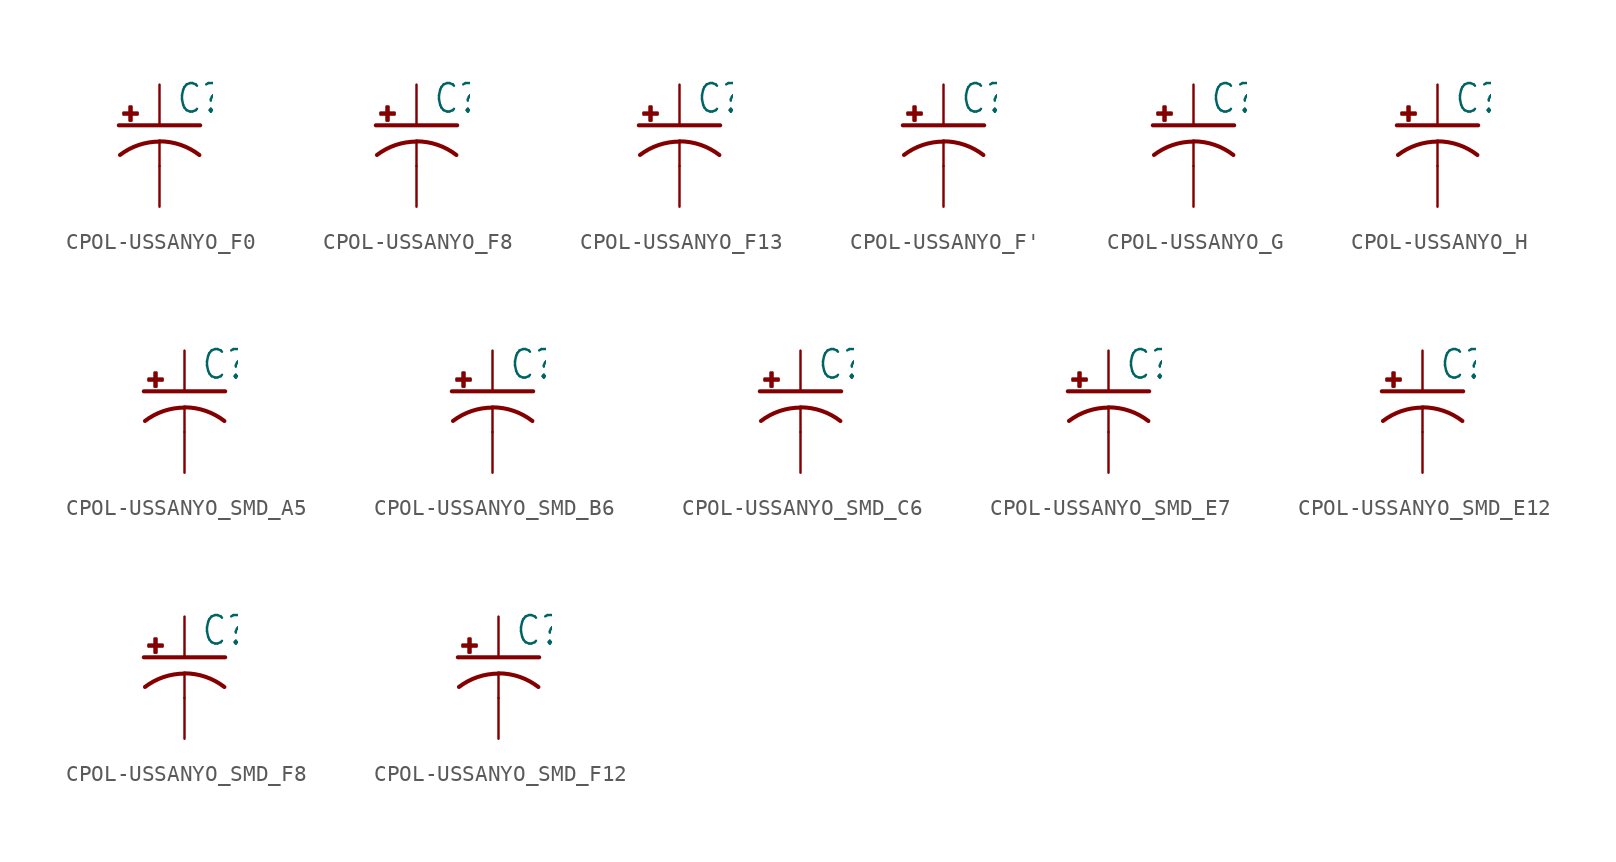
<source format=kicad_sym>
(kicad_symbol_lib
  (version 20231120)
  (generator "kicad_symbol_editor")
  (generator_version "8.0")
  (symbol "CPOL-USSANYO_F0"
    (property "Reference" "C"
      (at 1.016 0.635 0)
      (effects (font (size 1.778 1.511)) (justify left bottom)))
    (property "Value" ""
      (at 1.016 -4.191 0)
      (effects (font (size 1.778 1.511)) (justify left bottom)))
    (property "ki_locked" ""
      (at 0 0 0)
      (effects (font (size 1.27 1.27))))
    (symbol "CPOL-USSANYO_F0_1_0"
      (rectangle (start -2.253 0.668) (end -1.364 0.795) (stroke (width 0) (type default)) (fill (type outline)))
      (rectangle (start -1.872 0.287) (end -1.745 1.176) (stroke (width 0) (type default)) (fill (type outline)))
      (arc (start 0 -1.0161) (mid -1.3021 -1.2303) (end -2.4669 -1.8504) (stroke (width 0.254) (type solid)) (fill (type none)))
      (polyline (pts (xy -2.54 0) (xy 2.54 0)) (stroke (width 0.254) (type solid)) (fill (type none)))
      (polyline (pts (xy 0 -1.016) (xy 0 -2.54)) (stroke (width 0.152) (type solid)) (fill (type none)))
      (arc (start 2.4892 -1.8541) (mid 1.3158 -1.2194) (end 0 -1) (stroke (width 0.254) (type solid)) (fill (type none)))
      (pin passive line (at 0 2.54 270) (length 2.54) (name "+" (effects (font (size 0 0)))) (number "+" (effects (font (size 0 0)))))
      (pin passive line (at 0 -5.08 90) (length 2.54) (name "-" (effects (font (size 0 0)))) (number "-" (effects (font (size 0 0)))))))
  (symbol "CPOL-USSANYO_F8"
    (property "Reference" "C"
      (at 1.016 0.635 0)
      (effects (font (size 1.778 1.511)) (justify left bottom)))
    (property "Value" ""
      (at 1.016 -4.191 0)
      (effects (font (size 1.778 1.511)) (justify left bottom)))
    (property "ki_locked" ""
      (at 0 0 0)
      (effects (font (size 1.27 1.27))))
    (symbol "CPOL-USSANYO_F8_1_0"
      (rectangle (start -2.253 0.668) (end -1.364 0.795) (stroke (width 0) (type default)) (fill (type outline)))
      (rectangle (start -1.872 0.287) (end -1.745 1.176) (stroke (width 0) (type default)) (fill (type outline)))
      (arc (start 0 -1.0161) (mid -1.3021 -1.2303) (end -2.4669 -1.8504) (stroke (width 0.254) (type solid)) (fill (type none)))
      (polyline (pts (xy -2.54 0) (xy 2.54 0)) (stroke (width 0.254) (type solid)) (fill (type none)))
      (polyline (pts (xy 0 -1.016) (xy 0 -2.54)) (stroke (width 0.152) (type solid)) (fill (type none)))
      (arc (start 2.4892 -1.8541) (mid 1.3158 -1.2194) (end 0 -1) (stroke (width 0.254) (type solid)) (fill (type none)))
      (pin passive line (at 0 2.54 270) (length 2.54) (name "+" (effects (font (size 0 0)))) (number "+" (effects (font (size 0 0)))))
      (pin passive line (at 0 -5.08 90) (length 2.54) (name "-" (effects (font (size 0 0)))) (number "-" (effects (font (size 0 0)))))))
  (symbol "CPOL-USSANYO_F13"
    (property "Reference" "C"
      (at 1.016 0.635 0)
      (effects (font (size 1.778 1.511)) (justify left bottom)))
    (property "Value" ""
      (at 1.016 -4.191 0)
      (effects (font (size 1.778 1.511)) (justify left bottom)))
    (property "ki_locked" ""
      (at 0 0 0)
      (effects (font (size 1.27 1.27))))
    (symbol "CPOL-USSANYO_F13_1_0"
      (rectangle (start -2.253 0.668) (end -1.364 0.795) (stroke (width 0) (type default)) (fill (type outline)))
      (rectangle (start -1.872 0.287) (end -1.745 1.176) (stroke (width 0) (type default)) (fill (type outline)))
      (arc (start 0 -1.0161) (mid -1.3021 -1.2303) (end -2.4669 -1.8504) (stroke (width 0.254) (type solid)) (fill (type none)))
      (polyline (pts (xy -2.54 0) (xy 2.54 0)) (stroke (width 0.254) (type solid)) (fill (type none)))
      (polyline (pts (xy 0 -1.016) (xy 0 -2.54)) (stroke (width 0.152) (type solid)) (fill (type none)))
      (arc (start 2.4892 -1.8541) (mid 1.3158 -1.2194) (end 0 -1) (stroke (width 0.254) (type solid)) (fill (type none)))
      (pin passive line (at 0 2.54 270) (length 2.54) (name "+" (effects (font (size 0 0)))) (number "+" (effects (font (size 0 0)))))
      (pin passive line (at 0 -5.08 90) (length 2.54) (name "-" (effects (font (size 0 0)))) (number "-" (effects (font (size 0 0)))))))
  (symbol "CPOL-USSANYO_F'"
    (property "Reference" "C"
      (at 1.016 0.635 0)
      (effects (font (size 1.778 1.511)) (justify left bottom)))
    (property "Value" ""
      (at 1.016 -4.191 0)
      (effects (font (size 1.778 1.511)) (justify left bottom)))
    (property "ki_locked" ""
      (at 0 0 0)
      (effects (font (size 1.27 1.27))))
    (symbol "CPOL-USSANYO_F'_1_0"
      (rectangle (start -2.253 0.668) (end -1.364 0.795) (stroke (width 0) (type default)) (fill (type outline)))
      (rectangle (start -1.872 0.287) (end -1.745 1.176) (stroke (width 0) (type default)) (fill (type outline)))
      (arc (start 0 -1.0161) (mid -1.3021 -1.2303) (end -2.4669 -1.8504) (stroke (width 0.254) (type solid)) (fill (type none)))
      (polyline (pts (xy -2.54 0) (xy 2.54 0)) (stroke (width 0.254) (type solid)) (fill (type none)))
      (polyline (pts (xy 0 -1.016) (xy 0 -2.54)) (stroke (width 0.152) (type solid)) (fill (type none)))
      (arc (start 2.4892 -1.8541) (mid 1.3158 -1.2194) (end 0 -1) (stroke (width 0.254) (type solid)) (fill (type none)))
      (pin passive line (at 0 2.54 270) (length 2.54) (name "+" (effects (font (size 0 0)))) (number "+" (effects (font (size 0 0)))))
      (pin passive line (at 0 -5.08 90) (length 2.54) (name "-" (effects (font (size 0 0)))) (number "-" (effects (font (size 0 0)))))))
  (symbol "CPOL-USSANYO_G"
    (property "Reference" "C"
      (at 1.016 0.635 0)
      (effects (font (size 1.778 1.511)) (justify left bottom)))
    (property "Value" ""
      (at 1.016 -4.191 0)
      (effects (font (size 1.778 1.511)) (justify left bottom)))
    (property "ki_locked" ""
      (at 0 0 0)
      (effects (font (size 1.27 1.27))))
    (symbol "CPOL-USSANYO_G_1_0"
      (rectangle (start -2.253 0.668) (end -1.364 0.795) (stroke (width 0) (type default)) (fill (type outline)))
      (rectangle (start -1.872 0.287) (end -1.745 1.176) (stroke (width 0) (type default)) (fill (type outline)))
      (arc (start 0 -1.0161) (mid -1.3021 -1.2303) (end -2.4669 -1.8504) (stroke (width 0.254) (type solid)) (fill (type none)))
      (polyline (pts (xy -2.54 0) (xy 2.54 0)) (stroke (width 0.254) (type solid)) (fill (type none)))
      (polyline (pts (xy 0 -1.016) (xy 0 -2.54)) (stroke (width 0.152) (type solid)) (fill (type none)))
      (arc (start 2.4892 -1.8541) (mid 1.3158 -1.2194) (end 0 -1) (stroke (width 0.254) (type solid)) (fill (type none)))
      (pin passive line (at 0 2.54 270) (length 2.54) (name "+" (effects (font (size 0 0)))) (number "+" (effects (font (size 0 0)))))
      (pin passive line (at 0 -5.08 90) (length 2.54) (name "-" (effects (font (size 0 0)))) (number "-" (effects (font (size 0 0)))))))
  (symbol "CPOL-USSANYO_H"
    (property "Reference" "C"
      (at 1.016 0.635 0)
      (effects (font (size 1.778 1.511)) (justify left bottom)))
    (property "Value" ""
      (at 1.016 -4.191 0)
      (effects (font (size 1.778 1.511)) (justify left bottom)))
    (property "ki_locked" ""
      (at 0 0 0)
      (effects (font (size 1.27 1.27))))
    (symbol "CPOL-USSANYO_H_1_0"
      (rectangle (start -2.253 0.668) (end -1.364 0.795) (stroke (width 0) (type default)) (fill (type outline)))
      (rectangle (start -1.872 0.287) (end -1.745 1.176) (stroke (width 0) (type default)) (fill (type outline)))
      (arc (start 0 -1.0161) (mid -1.3021 -1.2303) (end -2.4669 -1.8504) (stroke (width 0.254) (type solid)) (fill (type none)))
      (polyline (pts (xy -2.54 0) (xy 2.54 0)) (stroke (width 0.254) (type solid)) (fill (type none)))
      (polyline (pts (xy 0 -1.016) (xy 0 -2.54)) (stroke (width 0.152) (type solid)) (fill (type none)))
      (arc (start 2.4892 -1.8541) (mid 1.3158 -1.2194) (end 0 -1) (stroke (width 0.254) (type solid)) (fill (type none)))
      (pin passive line (at 0 2.54 270) (length 2.54) (name "+" (effects (font (size 0 0)))) (number "+" (effects (font (size 0 0)))))
      (pin passive line (at 0 -5.08 90) (length 2.54) (name "-" (effects (font (size 0 0)))) (number "-" (effects (font (size 0 0)))))))
  (symbol "CPOL-USSANYO_SMD_A5"
    (property "Reference" "C"
      (at 1.016 0.635 0)
      (effects (font (size 1.778 1.511)) (justify left bottom)))
    (property "Value" ""
      (at 1.016 -4.191 0)
      (effects (font (size 1.778 1.511)) (justify left bottom)))
    (property "ki_locked" ""
      (at 0 0 0)
      (effects (font (size 1.27 1.27))))
    (symbol "CPOL-USSANYO_SMD_A5_1_0"
      (rectangle (start -2.253 0.668) (end -1.364 0.795) (stroke (width 0) (type default)) (fill (type outline)))
      (rectangle (start -1.872 0.287) (end -1.745 1.176) (stroke (width 0) (type default)) (fill (type outline)))
      (arc (start 0 -1.0161) (mid -1.3021 -1.2303) (end -2.4669 -1.8504) (stroke (width 0.254) (type solid)) (fill (type none)))
      (polyline (pts (xy -2.54 0) (xy 2.54 0)) (stroke (width 0.254) (type solid)) (fill (type none)))
      (polyline (pts (xy 0 -1.016) (xy 0 -2.54)) (stroke (width 0.152) (type solid)) (fill (type none)))
      (arc (start 2.4892 -1.8541) (mid 1.3158 -1.2194) (end 0 -1) (stroke (width 0.254) (type solid)) (fill (type none)))
      (pin passive line (at 0 2.54 270) (length 2.54) (name "+" (effects (font (size 0 0)))) (number "+" (effects (font (size 0 0)))))
      (pin passive line (at 0 -5.08 90) (length 2.54) (name "-" (effects (font (size 0 0)))) (number "-" (effects (font (size 0 0)))))))
  (symbol "CPOL-USSANYO_SMD_B6"
    (property "Reference" "C"
      (at 1.016 0.635 0)
      (effects (font (size 1.778 1.511)) (justify left bottom)))
    (property "Value" ""
      (at 1.016 -4.191 0)
      (effects (font (size 1.778 1.511)) (justify left bottom)))
    (property "ki_locked" ""
      (at 0 0 0)
      (effects (font (size 1.27 1.27))))
    (symbol "CPOL-USSANYO_SMD_B6_1_0"
      (rectangle (start -2.253 0.668) (end -1.364 0.795) (stroke (width 0) (type default)) (fill (type outline)))
      (rectangle (start -1.872 0.287) (end -1.745 1.176) (stroke (width 0) (type default)) (fill (type outline)))
      (arc (start 0 -1.0161) (mid -1.3021 -1.2303) (end -2.4669 -1.8504) (stroke (width 0.254) (type solid)) (fill (type none)))
      (polyline (pts (xy -2.54 0) (xy 2.54 0)) (stroke (width 0.254) (type solid)) (fill (type none)))
      (polyline (pts (xy 0 -1.016) (xy 0 -2.54)) (stroke (width 0.152) (type solid)) (fill (type none)))
      (arc (start 2.4892 -1.8541) (mid 1.3158 -1.2194) (end 0 -1) (stroke (width 0.254) (type solid)) (fill (type none)))
      (pin passive line (at 0 2.54 270) (length 2.54) (name "+" (effects (font (size 0 0)))) (number "+" (effects (font (size 0 0)))))
      (pin passive line (at 0 -5.08 90) (length 2.54) (name "-" (effects (font (size 0 0)))) (number "-" (effects (font (size 0 0)))))))
  (symbol "CPOL-USSANYO_SMD_C6"
    (property "Reference" "C"
      (at 1.016 0.635 0)
      (effects (font (size 1.778 1.511)) (justify left bottom)))
    (property "Value" ""
      (at 1.016 -4.191 0)
      (effects (font (size 1.778 1.511)) (justify left bottom)))
    (property "ki_locked" ""
      (at 0 0 0)
      (effects (font (size 1.27 1.27))))
    (symbol "CPOL-USSANYO_SMD_C6_1_0"
      (rectangle (start -2.253 0.668) (end -1.364 0.795) (stroke (width 0) (type default)) (fill (type outline)))
      (rectangle (start -1.872 0.287) (end -1.745 1.176) (stroke (width 0) (type default)) (fill (type outline)))
      (arc (start 0 -1.0161) (mid -1.3021 -1.2303) (end -2.4669 -1.8504) (stroke (width 0.254) (type solid)) (fill (type none)))
      (polyline (pts (xy -2.54 0) (xy 2.54 0)) (stroke (width 0.254) (type solid)) (fill (type none)))
      (polyline (pts (xy 0 -1.016) (xy 0 -2.54)) (stroke (width 0.152) (type solid)) (fill (type none)))
      (arc (start 2.4892 -1.8541) (mid 1.3158 -1.2194) (end 0 -1) (stroke (width 0.254) (type solid)) (fill (type none)))
      (pin passive line (at 0 2.54 270) (length 2.54) (name "+" (effects (font (size 0 0)))) (number "+" (effects (font (size 0 0)))))
      (pin passive line (at 0 -5.08 90) (length 2.54) (name "-" (effects (font (size 0 0)))) (number "-" (effects (font (size 0 0)))))))
  (symbol "CPOL-USSANYO_SMD_E7"
    (property "Reference" "C"
      (at 1.016 0.635 0)
      (effects (font (size 1.778 1.511)) (justify left bottom)))
    (property "Value" ""
      (at 1.016 -4.191 0)
      (effects (font (size 1.778 1.511)) (justify left bottom)))
    (property "ki_locked" ""
      (at 0 0 0)
      (effects (font (size 1.27 1.27))))
    (symbol "CPOL-USSANYO_SMD_E7_1_0"
      (rectangle (start -2.253 0.668) (end -1.364 0.795) (stroke (width 0) (type default)) (fill (type outline)))
      (rectangle (start -1.872 0.287) (end -1.745 1.176) (stroke (width 0) (type default)) (fill (type outline)))
      (arc (start 0 -1.0161) (mid -1.3021 -1.2303) (end -2.4669 -1.8504) (stroke (width 0.254) (type solid)) (fill (type none)))
      (polyline (pts (xy -2.54 0) (xy 2.54 0)) (stroke (width 0.254) (type solid)) (fill (type none)))
      (polyline (pts (xy 0 -1.016) (xy 0 -2.54)) (stroke (width 0.152) (type solid)) (fill (type none)))
      (arc (start 2.4892 -1.8541) (mid 1.3158 -1.2194) (end 0 -1) (stroke (width 0.254) (type solid)) (fill (type none)))
      (pin passive line (at 0 2.54 270) (length 2.54) (name "+" (effects (font (size 0 0)))) (number "+" (effects (font (size 0 0)))))
      (pin passive line (at 0 -5.08 90) (length 2.54) (name "-" (effects (font (size 0 0)))) (number "-" (effects (font (size 0 0)))))))
  (symbol "CPOL-USSANYO_SMD_E12"
    (property "Reference" "C"
      (at 1.016 0.635 0)
      (effects (font (size 1.778 1.511)) (justify left bottom)))
    (property "Value" ""
      (at 1.016 -4.191 0)
      (effects (font (size 1.778 1.511)) (justify left bottom)))
    (property "ki_locked" ""
      (at 0 0 0)
      (effects (font (size 1.27 1.27))))
    (symbol "CPOL-USSANYO_SMD_E12_1_0"
      (rectangle (start -2.253 0.668) (end -1.364 0.795) (stroke (width 0) (type default)) (fill (type outline)))
      (rectangle (start -1.872 0.287) (end -1.745 1.176) (stroke (width 0) (type default)) (fill (type outline)))
      (arc (start 0 -1.0161) (mid -1.3021 -1.2303) (end -2.4669 -1.8504) (stroke (width 0.254) (type solid)) (fill (type none)))
      (polyline (pts (xy -2.54 0) (xy 2.54 0)) (stroke (width 0.254) (type solid)) (fill (type none)))
      (polyline (pts (xy 0 -1.016) (xy 0 -2.54)) (stroke (width 0.152) (type solid)) (fill (type none)))
      (arc (start 2.4892 -1.8541) (mid 1.3158 -1.2194) (end 0 -1) (stroke (width 0.254) (type solid)) (fill (type none)))
      (pin passive line (at 0 2.54 270) (length 2.54) (name "+" (effects (font (size 0 0)))) (number "+" (effects (font (size 0 0)))))
      (pin passive line (at 0 -5.08 90) (length 2.54) (name "-" (effects (font (size 0 0)))) (number "-" (effects (font (size 0 0)))))))
  (symbol "CPOL-USSANYO_SMD_F8"
    (property "Reference" "C"
      (at 1.016 0.635 0)
      (effects (font (size 1.778 1.511)) (justify left bottom)))
    (property "Value" ""
      (at 1.016 -4.191 0)
      (effects (font (size 1.778 1.511)) (justify left bottom)))
    (property "ki_locked" ""
      (at 0 0 0)
      (effects (font (size 1.27 1.27))))
    (symbol "CPOL-USSANYO_SMD_F8_1_0"
      (rectangle (start -2.253 0.668) (end -1.364 0.795) (stroke (width 0) (type default)) (fill (type outline)))
      (rectangle (start -1.872 0.287) (end -1.745 1.176) (stroke (width 0) (type default)) (fill (type outline)))
      (arc (start 0 -1.0161) (mid -1.3021 -1.2303) (end -2.4669 -1.8504) (stroke (width 0.254) (type solid)) (fill (type none)))
      (polyline (pts (xy -2.54 0) (xy 2.54 0)) (stroke (width 0.254) (type solid)) (fill (type none)))
      (polyline (pts (xy 0 -1.016) (xy 0 -2.54)) (stroke (width 0.152) (type solid)) (fill (type none)))
      (arc (start 2.4892 -1.8541) (mid 1.3158 -1.2194) (end 0 -1) (stroke (width 0.254) (type solid)) (fill (type none)))
      (pin passive line (at 0 2.54 270) (length 2.54) (name "+" (effects (font (size 0 0)))) (number "+" (effects (font (size 0 0)))))
      (pin passive line (at 0 -5.08 90) (length 2.54) (name "-" (effects (font (size 0 0)))) (number "-" (effects (font (size 0 0)))))))
  (symbol "CPOL-USSANYO_SMD_F12"
    (property "Reference" "C"
      (at 1.016 0.635 0)
      (effects (font (size 1.778 1.511)) (justify left bottom)))
    (property "Value" ""
      (at 1.016 -4.191 0)
      (effects (font (size 1.778 1.511)) (justify left bottom)))
    (property "ki_locked" ""
      (at 0 0 0)
      (effects (font (size 1.27 1.27))))
    (symbol "CPOL-USSANYO_SMD_F12_1_0"
      (rectangle (start -2.253 0.668) (end -1.364 0.795) (stroke (width 0) (type default)) (fill (type outline)))
      (rectangle (start -1.872 0.287) (end -1.745 1.176) (stroke (width 0) (type default)) (fill (type outline)))
      (arc (start 0 -1.0161) (mid -1.3021 -1.2303) (end -2.4669 -1.8504) (stroke (width 0.254) (type solid)) (fill (type none)))
      (polyline (pts (xy -2.54 0) (xy 2.54 0)) (stroke (width 0.254) (type solid)) (fill (type none)))
      (polyline (pts (xy 0 -1.016) (xy 0 -2.54)) (stroke (width 0.152) (type solid)) (fill (type none)))
      (arc (start 2.4892 -1.8541) (mid 1.3158 -1.2194) (end 0 -1) (stroke (width 0.254) (type solid)) (fill (type none)))
      (pin passive line (at 0 2.54 270) (length 2.54) (name "+" (effects (font (size 0 0)))) (number "+" (effects (font (size 0 0)))))
      (pin passive line (at 0 -5.08 90) (length 2.54) (name "-" (effects (font (size 0 0)))) (number "-" (effects (font (size 0 0))))))))
</source>
